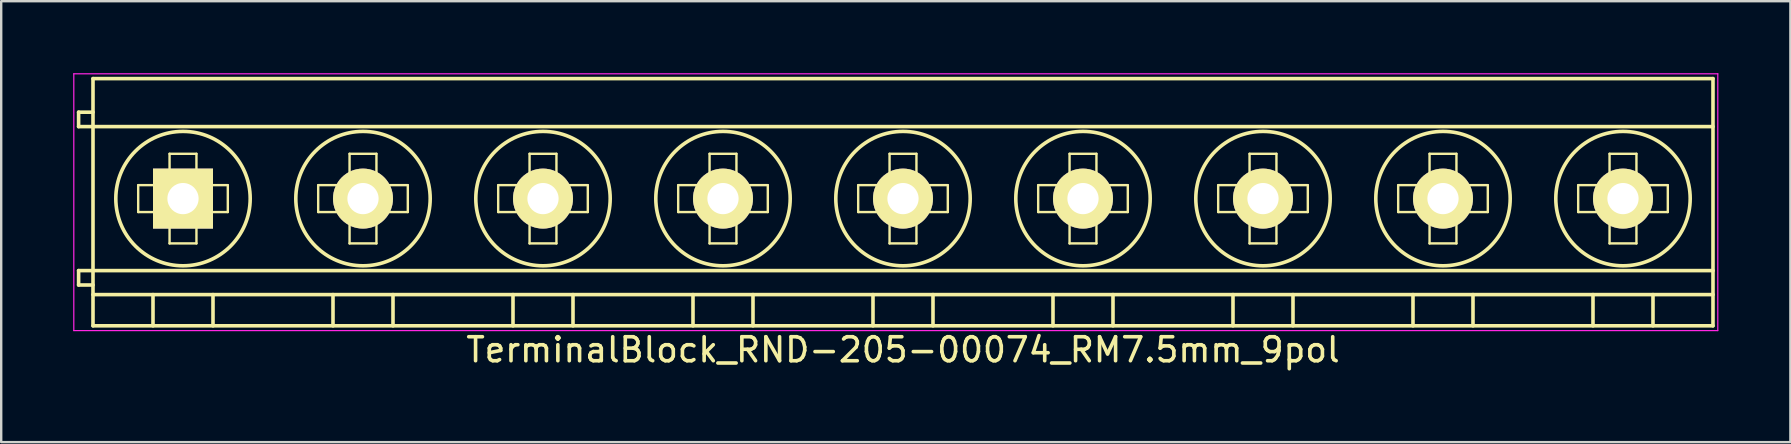
<source format=kicad_pcb>
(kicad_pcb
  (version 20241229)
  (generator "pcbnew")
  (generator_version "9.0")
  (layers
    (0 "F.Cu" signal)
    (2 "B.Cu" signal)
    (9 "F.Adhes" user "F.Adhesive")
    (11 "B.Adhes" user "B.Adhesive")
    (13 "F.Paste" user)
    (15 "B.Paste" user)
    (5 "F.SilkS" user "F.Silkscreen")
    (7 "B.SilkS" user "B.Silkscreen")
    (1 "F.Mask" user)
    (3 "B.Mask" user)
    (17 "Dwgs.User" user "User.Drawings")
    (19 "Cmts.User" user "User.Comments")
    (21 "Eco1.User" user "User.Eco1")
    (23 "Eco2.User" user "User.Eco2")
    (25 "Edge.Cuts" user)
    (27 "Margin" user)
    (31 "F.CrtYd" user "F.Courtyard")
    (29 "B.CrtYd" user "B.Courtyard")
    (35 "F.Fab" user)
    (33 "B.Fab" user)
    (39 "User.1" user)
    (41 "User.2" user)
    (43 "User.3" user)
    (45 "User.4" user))
  (footprint "TerminalBlock_RND-205-00074_RM7.5mm_9pol"
    (layer "F.Cu")
    (at 4.575 5.225)
    (property "Reference" "TerminalBlock_RND-205-00074_RM7.5mm_9pol" (at 30 6.3 0) (layer "F.SilkS") (effects (font (size 1 1) (thickness 0.15))))
    (attr through_hole)
    (fp_line (start -4.35 -3.6) (end -4.35 -3) (stroke (width 0.15) (type solid)) (layer "F.SilkS"))
    (fp_line (start -4.35 -3) (end -3.75 -3) (stroke (width 0.15) (type solid)) (layer "F.SilkS"))
    (fp_line (start -4.35 3) (end -4.35 3.6) (stroke (width 0.15) (type solid)) (layer "F.SilkS"))
    (fp_line (start -4.35 3.6) (end -3.75 3.6) (stroke (width 0.15) (type solid)) (layer "F.SilkS"))
    (fp_line (start -3.75 -5) (end 63.75 -5) (stroke (width 0.15) (type solid)) (layer "F.SilkS"))
    (fp_line (start -3.75 -3.6) (end -4.35 -3.6) (stroke (width 0.15) (type solid)) (layer "F.SilkS"))
    (fp_line (start -3.75 -3) (end 63.75 -3) (stroke (width 0.15) (type solid)) (layer "F.SilkS"))
    (fp_line (start -3.75 3) (end -4.35 3) (stroke (width 0.15) (type solid)) (layer "F.SilkS"))
    (fp_line (start -3.75 3) (end 63.75 3) (stroke (width 0.15) (type solid)) (layer "F.SilkS"))
    (fp_line (start -3.75 4) (end 63.75 4) (stroke (width 0.15) (type solid)) (layer "F.SilkS"))
    (fp_line (start -3.75 5.3) (end -3.75 -5) (stroke (width 0.15) (type solid)) (layer "F.SilkS"))
    (fp_line (start -1.867 -0.56) (end -0.56 -0.56) (stroke (width 0.1) (type solid)) (layer "F.SilkS"))
    (fp_line (start -1.867 0.56) (end -1.867 -0.56) (stroke (width 0.1) (type solid)) (layer "F.SilkS"))
    (fp_line (start -1.25 4) (end -1.25 5.3) (stroke (width 0.15) (type solid)) (layer "F.SilkS"))
    (fp_line (start -0.56 -1.867) (end 0.56 -1.867) (stroke (width 0.1) (type solid)) (layer "F.SilkS"))
    (fp_line (start -0.56 -0.56) (end -0.56 -1.867) (stroke (width 0.1) (type solid)) (layer "F.SilkS"))
    (fp_line (start -0.56 0.56) (end -1.867 0.56) (stroke (width 0.1) (type solid)) (layer "F.SilkS"))
    (fp_line (start -0.56 1.867) (end -0.56 0.56) (stroke (width 0.1) (type solid)) (layer "F.SilkS"))
    (fp_line (start 0.56 -1.867) (end 0.56 -0.56) (stroke (width 0.1) (type solid)) (layer "F.SilkS"))
    (fp_line (start 0.56 -0.56) (end 1.867 -0.56) (stroke (width 0.1) (type solid)) (layer "F.SilkS"))
    (fp_line (start 0.56 0.56) (end 0.56 1.867) (stroke (width 0.1) (type solid)) (layer "F.SilkS"))
    (fp_line (start 0.56 1.867) (end -0.56 1.867) (stroke (width 0.1) (type solid)) (layer "F.SilkS"))
    (fp_line (start 1.25 4) (end 1.25 5.3) (stroke (width 0.15) (type solid)) (layer "F.SilkS"))
    (fp_line (start 1.867 -0.56) (end 1.867 0.56) (stroke (width 0.1) (type solid)) (layer "F.SilkS"))
    (fp_line (start 1.867 0.56) (end 0.56 0.56) (stroke (width 0.1) (type solid)) (layer "F.SilkS"))
    (fp_line (start 5.633 -0.56) (end 6.94 -0.56) (stroke (width 0.1) (type solid)) (layer "F.SilkS"))
    (fp_line (start 5.633 0.56) (end 5.633 -0.56) (stroke (width 0.1) (type solid)) (layer "F.SilkS"))
    (fp_line (start 6.25 4) (end 6.25 5.3) (stroke (width 0.15) (type solid)) (layer "F.SilkS"))
    (fp_line (start 6.94 -1.867) (end 8.06 -1.867) (stroke (width 0.1) (type solid)) (layer "F.SilkS"))
    (fp_line (start 6.94 -0.56) (end 6.94 -1.867) (stroke (width 0.1) (type solid)) (layer "F.SilkS"))
    (fp_line (start 6.94 0.56) (end 5.633 0.56) (stroke (width 0.1) (type solid)) (layer "F.SilkS"))
    (fp_line (start 6.94 1.867) (end 6.94 0.56) (stroke (width 0.1) (type solid)) (layer "F.SilkS"))
    (fp_line (start 8.06 -1.867) (end 8.06 -0.56) (stroke (width 0.1) (type solid)) (layer "F.SilkS"))
    (fp_line (start 8.06 -0.56) (end 9.367 -0.56) (stroke (width 0.1) (type solid)) (layer "F.SilkS"))
    (fp_line (start 8.06 0.56) (end 8.06 1.867) (stroke (width 0.1) (type solid)) (layer "F.SilkS"))
    (fp_line (start 8.06 1.867) (end 6.94 1.867) (stroke (width 0.1) (type solid)) (layer "F.SilkS"))
    (fp_line (start 8.75 4) (end 8.75 5.3) (stroke (width 0.15) (type solid)) (layer "F.SilkS"))
    (fp_line (start 9.367 -0.56) (end 9.367 0.56) (stroke (width 0.1) (type solid)) (layer "F.SilkS"))
    (fp_line (start 9.367 0.56) (end 8.06 0.56) (stroke (width 0.1) (type solid)) (layer "F.SilkS"))
    (fp_line (start 13.133 -0.56) (end 14.44 -0.56) (stroke (width 0.1) (type solid)) (layer "F.SilkS"))
    (fp_line (start 13.133 0.56) (end 13.133 -0.56) (stroke (width 0.1) (type solid)) (layer "F.SilkS"))
    (fp_line (start 13.75 4) (end 13.75 5.3) (stroke (width 0.15) (type solid)) (layer "F.SilkS"))
    (fp_line (start 14.44 -1.867) (end 15.56 -1.867) (stroke (width 0.1) (type solid)) (layer "F.SilkS"))
    (fp_line (start 14.44 -0.56) (end 14.44 -1.867) (stroke (width 0.1) (type solid)) (layer "F.SilkS"))
    (fp_line (start 14.44 0.56) (end 13.133 0.56) (stroke (width 0.1) (type solid)) (layer "F.SilkS"))
    (fp_line (start 14.44 1.867) (end 14.44 0.56) (stroke (width 0.1) (type solid)) (layer "F.SilkS"))
    (fp_line (start 15.56 -1.867) (end 15.56 -0.56) (stroke (width 0.1) (type solid)) (layer "F.SilkS"))
    (fp_line (start 15.56 -0.56) (end 16.867 -0.56) (stroke (width 0.1) (type solid)) (layer "F.SilkS"))
    (fp_line (start 15.56 0.56) (end 15.56 1.867) (stroke (width 0.1) (type solid)) (layer "F.SilkS"))
    (fp_line (start 15.56 1.867) (end 14.44 1.867) (stroke (width 0.1) (type solid)) (layer "F.SilkS"))
    (fp_line (start 16.25 4) (end 16.25 5.3) (stroke (width 0.15) (type solid)) (layer "F.SilkS"))
    (fp_line (start 16.867 -0.56) (end 16.867 0.56) (stroke (width 0.1) (type solid)) (layer "F.SilkS"))
    (fp_line (start 16.867 0.56) (end 15.56 0.56) (stroke (width 0.1) (type solid)) (layer "F.SilkS"))
    (fp_line (start 20.633 -0.56) (end 21.94 -0.56) (stroke (width 0.1) (type solid)) (layer "F.SilkS"))
    (fp_line (start 20.633 0.56) (end 20.633 -0.56) (stroke (width 0.1) (type solid)) (layer "F.SilkS"))
    (fp_line (start 21.25 4) (end 21.25 5.3) (stroke (width 0.15) (type solid)) (layer "F.SilkS"))
    (fp_line (start 21.94 -1.867) (end 23.06 -1.867) (stroke (width 0.1) (type solid)) (layer "F.SilkS"))
    (fp_line (start 21.94 -0.56) (end 21.94 -1.867) (stroke (width 0.1) (type solid)) (layer "F.SilkS"))
    (fp_line (start 21.94 0.56) (end 20.633 0.56) (stroke (width 0.1) (type solid)) (layer "F.SilkS"))
    (fp_line (start 21.94 1.867) (end 21.94 0.56) (stroke (width 0.1) (type solid)) (layer "F.SilkS"))
    (fp_line (start 23.06 -1.867) (end 23.06 -0.56) (stroke (width 0.1) (type solid)) (layer "F.SilkS"))
    (fp_line (start 23.06 -0.56) (end 24.367 -0.56) (stroke (width 0.1) (type solid)) (layer "F.SilkS"))
    (fp_line (start 23.06 0.56) (end 23.06 1.867) (stroke (width 0.1) (type solid)) (layer "F.SilkS"))
    (fp_line (start 23.06 1.867) (end 21.94 1.867) (stroke (width 0.1) (type solid)) (layer "F.SilkS"))
    (fp_line (start 23.75 4) (end 23.75 5.3) (stroke (width 0.15) (type solid)) (layer "F.SilkS"))
    (fp_line (start 24.367 -0.56) (end 24.367 0.56) (stroke (width 0.1) (type solid)) (layer "F.SilkS"))
    (fp_line (start 24.367 0.56) (end 23.06 0.56) (stroke (width 0.1) (type solid)) (layer "F.SilkS"))
    (fp_line (start 28.133 -0.56) (end 29.44 -0.56) (stroke (width 0.1) (type solid)) (layer "F.SilkS"))
    (fp_line (start 28.133 0.56) (end 28.133 -0.56) (stroke (width 0.1) (type solid)) (layer "F.SilkS"))
    (fp_line (start 28.75 4) (end 28.75 5.3) (stroke (width 0.15) (type solid)) (layer "F.SilkS"))
    (fp_line (start 29.44 -1.867) (end 30.56 -1.867) (stroke (width 0.1) (type solid)) (layer "F.SilkS"))
    (fp_line (start 29.44 -0.56) (end 29.44 -1.867) (stroke (width 0.1) (type solid)) (layer "F.SilkS"))
    (fp_line (start 29.44 0.56) (end 28.133 0.56) (stroke (width 0.1) (type solid)) (layer "F.SilkS"))
    (fp_line (start 29.44 1.867) (end 29.44 0.56) (stroke (width 0.1) (type solid)) (layer "F.SilkS"))
    (fp_line (start 30.56 -1.867) (end 30.56 -0.56) (stroke (width 0.1) (type solid)) (layer "F.SilkS"))
    (fp_line (start 30.56 -0.56) (end 31.867 -0.56) (stroke (width 0.1) (type solid)) (layer "F.SilkS"))
    (fp_line (start 30.56 0.56) (end 30.56 1.867) (stroke (width 0.1) (type solid)) (layer "F.SilkS"))
    (fp_line (start 30.56 1.867) (end 29.44 1.867) (stroke (width 0.1) (type solid)) (layer "F.SilkS"))
    (fp_line (start 31.25 4) (end 31.25 5.3) (stroke (width 0.15) (type solid)) (layer "F.SilkS"))
    (fp_line (start 31.867 -0.56) (end 31.867 0.56) (stroke (width 0.1) (type solid)) (layer "F.SilkS"))
    (fp_line (start 31.867 0.56) (end 30.56 0.56) (stroke (width 0.1) (type solid)) (layer "F.SilkS"))
    (fp_line (start 35.633 -0.56) (end 36.94 -0.56) (stroke (width 0.1) (type solid)) (layer "F.SilkS"))
    (fp_line (start 35.633 0.56) (end 35.633 -0.56) (stroke (width 0.1) (type solid)) (layer "F.SilkS"))
    (fp_line (start 36.25 4) (end 36.25 5.3) (stroke (width 0.15) (type solid)) (layer "F.SilkS"))
    (fp_line (start 36.94 -1.867) (end 38.06 -1.867) (stroke (width 0.1) (type solid)) (layer "F.SilkS"))
    (fp_line (start 36.94 -0.56) (end 36.94 -1.867) (stroke (width 0.1) (type solid)) (layer "F.SilkS"))
    (fp_line (start 36.94 0.56) (end 35.633 0.56) (stroke (width 0.1) (type solid)) (layer "F.SilkS"))
    (fp_line (start 36.94 1.867) (end 36.94 0.56) (stroke (width 0.1) (type solid)) (layer "F.SilkS"))
    (fp_line (start 38.06 -1.867) (end 38.06 -0.56) (stroke (width 0.1) (type solid)) (layer "F.SilkS"))
    (fp_line (start 38.06 -0.56) (end 39.367 -0.56) (stroke (width 0.1) (type solid)) (layer "F.SilkS"))
    (fp_line (start 38.06 0.56) (end 38.06 1.867) (stroke (width 0.1) (type solid)) (layer "F.SilkS"))
    (fp_line (start 38.06 1.867) (end 36.94 1.867) (stroke (width 0.1) (type solid)) (layer "F.SilkS"))
    (fp_line (start 38.75 4) (end 38.75 5.3) (stroke (width 0.15) (type solid)) (layer "F.SilkS"))
    (fp_line (start 39.367 -0.56) (end 39.367 0.56) (stroke (width 0.1) (type solid)) (layer "F.SilkS"))
    (fp_line (start 39.367 0.56) (end 38.06 0.56) (stroke (width 0.1) (type solid)) (layer "F.SilkS"))
    (fp_line (start 43.133 -0.56) (end 44.44 -0.56) (stroke (width 0.1) (type solid)) (layer "F.SilkS"))
    (fp_line (start 43.133 0.56) (end 43.133 -0.56) (stroke (width 0.1) (type solid)) (layer "F.SilkS"))
    (fp_line (start 43.75 4) (end 43.75 5.3) (stroke (width 0.15) (type solid)) (layer "F.SilkS"))
    (fp_line (start 44.44 -1.867) (end 45.56 -1.867) (stroke (width 0.1) (type solid)) (layer "F.SilkS"))
    (fp_line (start 44.44 -0.56) (end 44.44 -1.867) (stroke (width 0.1) (type solid)) (layer "F.SilkS"))
    (fp_line (start 44.44 0.56) (end 43.133 0.56) (stroke (width 0.1) (type solid)) (layer "F.SilkS"))
    (fp_line (start 44.44 1.867) (end 44.44 0.56) (stroke (width 0.1) (type solid)) (layer "F.SilkS"))
    (fp_line (start 45.56 -1.867) (end 45.56 -0.56) (stroke (width 0.1) (type solid)) (layer "F.SilkS"))
    (fp_line (start 45.56 -0.56) (end 46.867 -0.56) (stroke (width 0.1) (type solid)) (layer "F.SilkS"))
    (fp_line (start 45.56 0.56) (end 45.56 1.867) (stroke (width 0.1) (type solid)) (layer "F.SilkS"))
    (fp_line (start 45.56 1.867) (end 44.44 1.867) (stroke (width 0.1) (type solid)) (layer "F.SilkS"))
    (fp_line (start 46.25 4) (end 46.25 5.3) (stroke (width 0.15) (type solid)) (layer "F.SilkS"))
    (fp_line (start 46.867 -0.56) (end 46.867 0.56) (stroke (width 0.1) (type solid)) (layer "F.SilkS"))
    (fp_line (start 46.867 0.56) (end 45.56 0.56) (stroke (width 0.1) (type solid)) (layer "F.SilkS"))
    (fp_line (start 50.633 -0.56) (end 51.94 -0.56) (stroke (width 0.1) (type solid)) (layer "F.SilkS"))
    (fp_line (start 50.633 0.56) (end 50.633 -0.56) (stroke (width 0.1) (type solid)) (layer "F.SilkS"))
    (fp_line (start 51.25 4) (end 51.25 5.3) (stroke (width 0.15) (type solid)) (layer "F.SilkS"))
    (fp_line (start 51.94 -1.867) (end 53.06 -1.867) (stroke (width 0.1) (type solid)) (layer "F.SilkS"))
    (fp_line (start 51.94 -0.56) (end 51.94 -1.867) (stroke (width 0.1) (type solid)) (layer "F.SilkS"))
    (fp_line (start 51.94 0.56) (end 50.633 0.56) (stroke (width 0.1) (type solid)) (layer "F.SilkS"))
    (fp_line (start 51.94 1.867) (end 51.94 0.56) (stroke (width 0.1) (type solid)) (layer "F.SilkS"))
    (fp_line (start 53.06 -1.867) (end 53.06 -0.56) (stroke (width 0.1) (type solid)) (layer "F.SilkS"))
    (fp_line (start 53.06 -0.56) (end 54.367 -0.56) (stroke (width 0.1) (type solid)) (layer "F.SilkS"))
    (fp_line (start 53.06 0.56) (end 53.06 1.867) (stroke (width 0.1) (type solid)) (layer "F.SilkS"))
    (fp_line (start 53.06 1.867) (end 51.94 1.867) (stroke (width 0.1) (type solid)) (layer "F.SilkS"))
    (fp_line (start 53.75 4) (end 53.75 5.3) (stroke (width 0.15) (type solid)) (layer "F.SilkS"))
    (fp_line (start 54.367 -0.56) (end 54.367 0.56) (stroke (width 0.1) (type solid)) (layer "F.SilkS"))
    (fp_line (start 54.367 0.56) (end 53.06 0.56) (stroke (width 0.1) (type solid)) (layer "F.SilkS"))
    (fp_line (start 58.133 -0.56) (end 59.44 -0.56) (stroke (width 0.1) (type solid)) (layer "F.SilkS"))
    (fp_line (start 58.133 0.56) (end 58.133 -0.56) (stroke (width 0.1) (type solid)) (layer "F.SilkS"))
    (fp_line (start 58.75 4) (end 58.75 5.3) (stroke (width 0.15) (type solid)) (layer "F.SilkS"))
    (fp_line (start 59.44 -1.867) (end 60.56 -1.867) (stroke (width 0.1) (type solid)) (layer "F.SilkS"))
    (fp_line (start 59.44 -0.56) (end 59.44 -1.867) (stroke (width 0.1) (type solid)) (layer "F.SilkS"))
    (fp_line (start 59.44 0.56) (end 58.133 0.56) (stroke (width 0.1) (type solid)) (layer "F.SilkS"))
    (fp_line (start 59.44 1.867) (end 59.44 0.56) (stroke (width 0.1) (type solid)) (layer "F.SilkS"))
    (fp_line (start 60.56 -1.867) (end 60.56 -0.56) (stroke (width 0.1) (type solid)) (layer "F.SilkS"))
    (fp_line (start 60.56 -0.56) (end 61.867 -0.56) (stroke (width 0.1) (type solid)) (layer "F.SilkS"))
    (fp_line (start 60.56 0.56) (end 60.56 1.867) (stroke (width 0.1) (type solid)) (layer "F.SilkS"))
    (fp_line (start 60.56 1.867) (end 59.44 1.867) (stroke (width 0.1) (type solid)) (layer "F.SilkS"))
    (fp_line (start 61.25 4) (end 61.25 5.3) (stroke (width 0.15) (type solid)) (layer "F.SilkS"))
    (fp_line (start 61.867 -0.56) (end 61.867 0.56) (stroke (width 0.1) (type solid)) (layer "F.SilkS"))
    (fp_line (start 61.867 0.56) (end 60.56 0.56) (stroke (width 0.1) (type solid)) (layer "F.SilkS"))
    (fp_line (start 63.75 -5) (end 63.75 5.3) (stroke (width 0.15) (type solid)) (layer "F.SilkS"))
    (fp_line (start 63.75 5.3) (end -3.75 5.3) (stroke (width 0.15) (type solid)) (layer "F.SilkS"))
    (fp_circle (center 0 0) (end -2.8 0) (stroke (width 0.15) (type solid)) (fill no) (layer "F.SilkS"))
    (fp_circle (center 7.5 0) (end 4.7 0) (stroke (width 0.15) (type solid)) (fill no) (layer "F.SilkS"))
    (fp_circle (center 15 0) (end 12.2 0) (stroke (width 0.15) (type solid)) (fill no) (layer "F.SilkS"))
    (fp_circle (center 22.5 0) (end 19.7 0) (stroke (width 0.15) (type solid)) (fill no) (layer "F.SilkS"))
    (fp_circle (center 30 0) (end 27.2 0) (stroke (width 0.15) (type solid)) (fill no) (layer "F.SilkS"))
    (fp_circle (center 37.5 0) (end 34.7 0) (stroke (width 0.15) (type solid)) (fill no) (layer "F.SilkS"))
    (fp_circle (center 45 0) (end 42.2 0) (stroke (width 0.15) (type solid)) (fill no) (layer "F.SilkS"))
    (fp_circle (center 52.5 0) (end 49.7 0) (stroke (width 0.15) (type solid)) (fill no) (layer "F.SilkS"))
    (fp_circle (center 60 0) (end 57.2 0) (stroke (width 0.15) (type solid)) (fill no) (layer "F.SilkS"))
    (fp_line (start -4.55 -5.2) (end 63.95 -5.2) (stroke (width 0.05) (type solid)) (layer "F.CrtYd"))
    (fp_line (start -4.55 5.5) (end -4.55 -5.2) (stroke (width 0.05) (type solid)) (layer "F.CrtYd"))
    (fp_line (start 63.95 -5.2) (end 63.95 5.5) (stroke (width 0.05) (type solid)) (layer "F.CrtYd"))
    (fp_line (start 63.95 5.5) (end -4.55 5.5) (stroke (width 0.05) (type solid)) (layer "F.CrtYd"))
    (pad "1" thru_hole rect (at 0 0) (size 2.5 2.5) (drill 1.3) (layers "*.Cu" "*.Mask" "F.SilkS"))
    (pad "2" thru_hole circle (at 7.5 0) (size 2.5 2.5) (drill 1.3) (layers "*.Cu" "*.Mask" "F.SilkS"))
    (pad "3" thru_hole circle (at 15 0) (size 2.5 2.5) (drill 1.3) (layers "*.Cu" "*.Mask" "F.SilkS"))
    (pad "4" thru_hole circle (at 22.5 0) (size 2.5 2.5) (drill 1.3) (layers "*.Cu" "*.Mask" "F.SilkS"))
    (pad "5" thru_hole circle (at 30 0) (size 2.5 2.5) (drill 1.3) (layers "*.Cu" "*.Mask" "F.SilkS"))
    (pad "6" thru_hole circle (at 37.5 0) (size 2.5 2.5) (drill 1.3) (layers "*.Cu" "*.Mask" "F.SilkS"))
    (pad "7" thru_hole circle (at 45 0) (size 2.5 2.5) (drill 1.3) (layers "*.Cu" "*.Mask" "F.SilkS"))
    (pad "8" thru_hole circle (at 52.5 0) (size 2.5 2.5) (drill 1.3) (layers "*.Cu" "*.Mask" "F.SilkS"))
    (pad "9" thru_hole circle (at 60 0) (size 2.5 2.5) (drill 1.3) (layers "*.Cu" "*.Mask" "F.SilkS")))
  (gr_rect
    (start -3 -3)
    (end 71.55 15.373)
    (stroke (width 0.1) (type default))
    (fill no)
    (layer "Edge.Cuts")))
</source>
